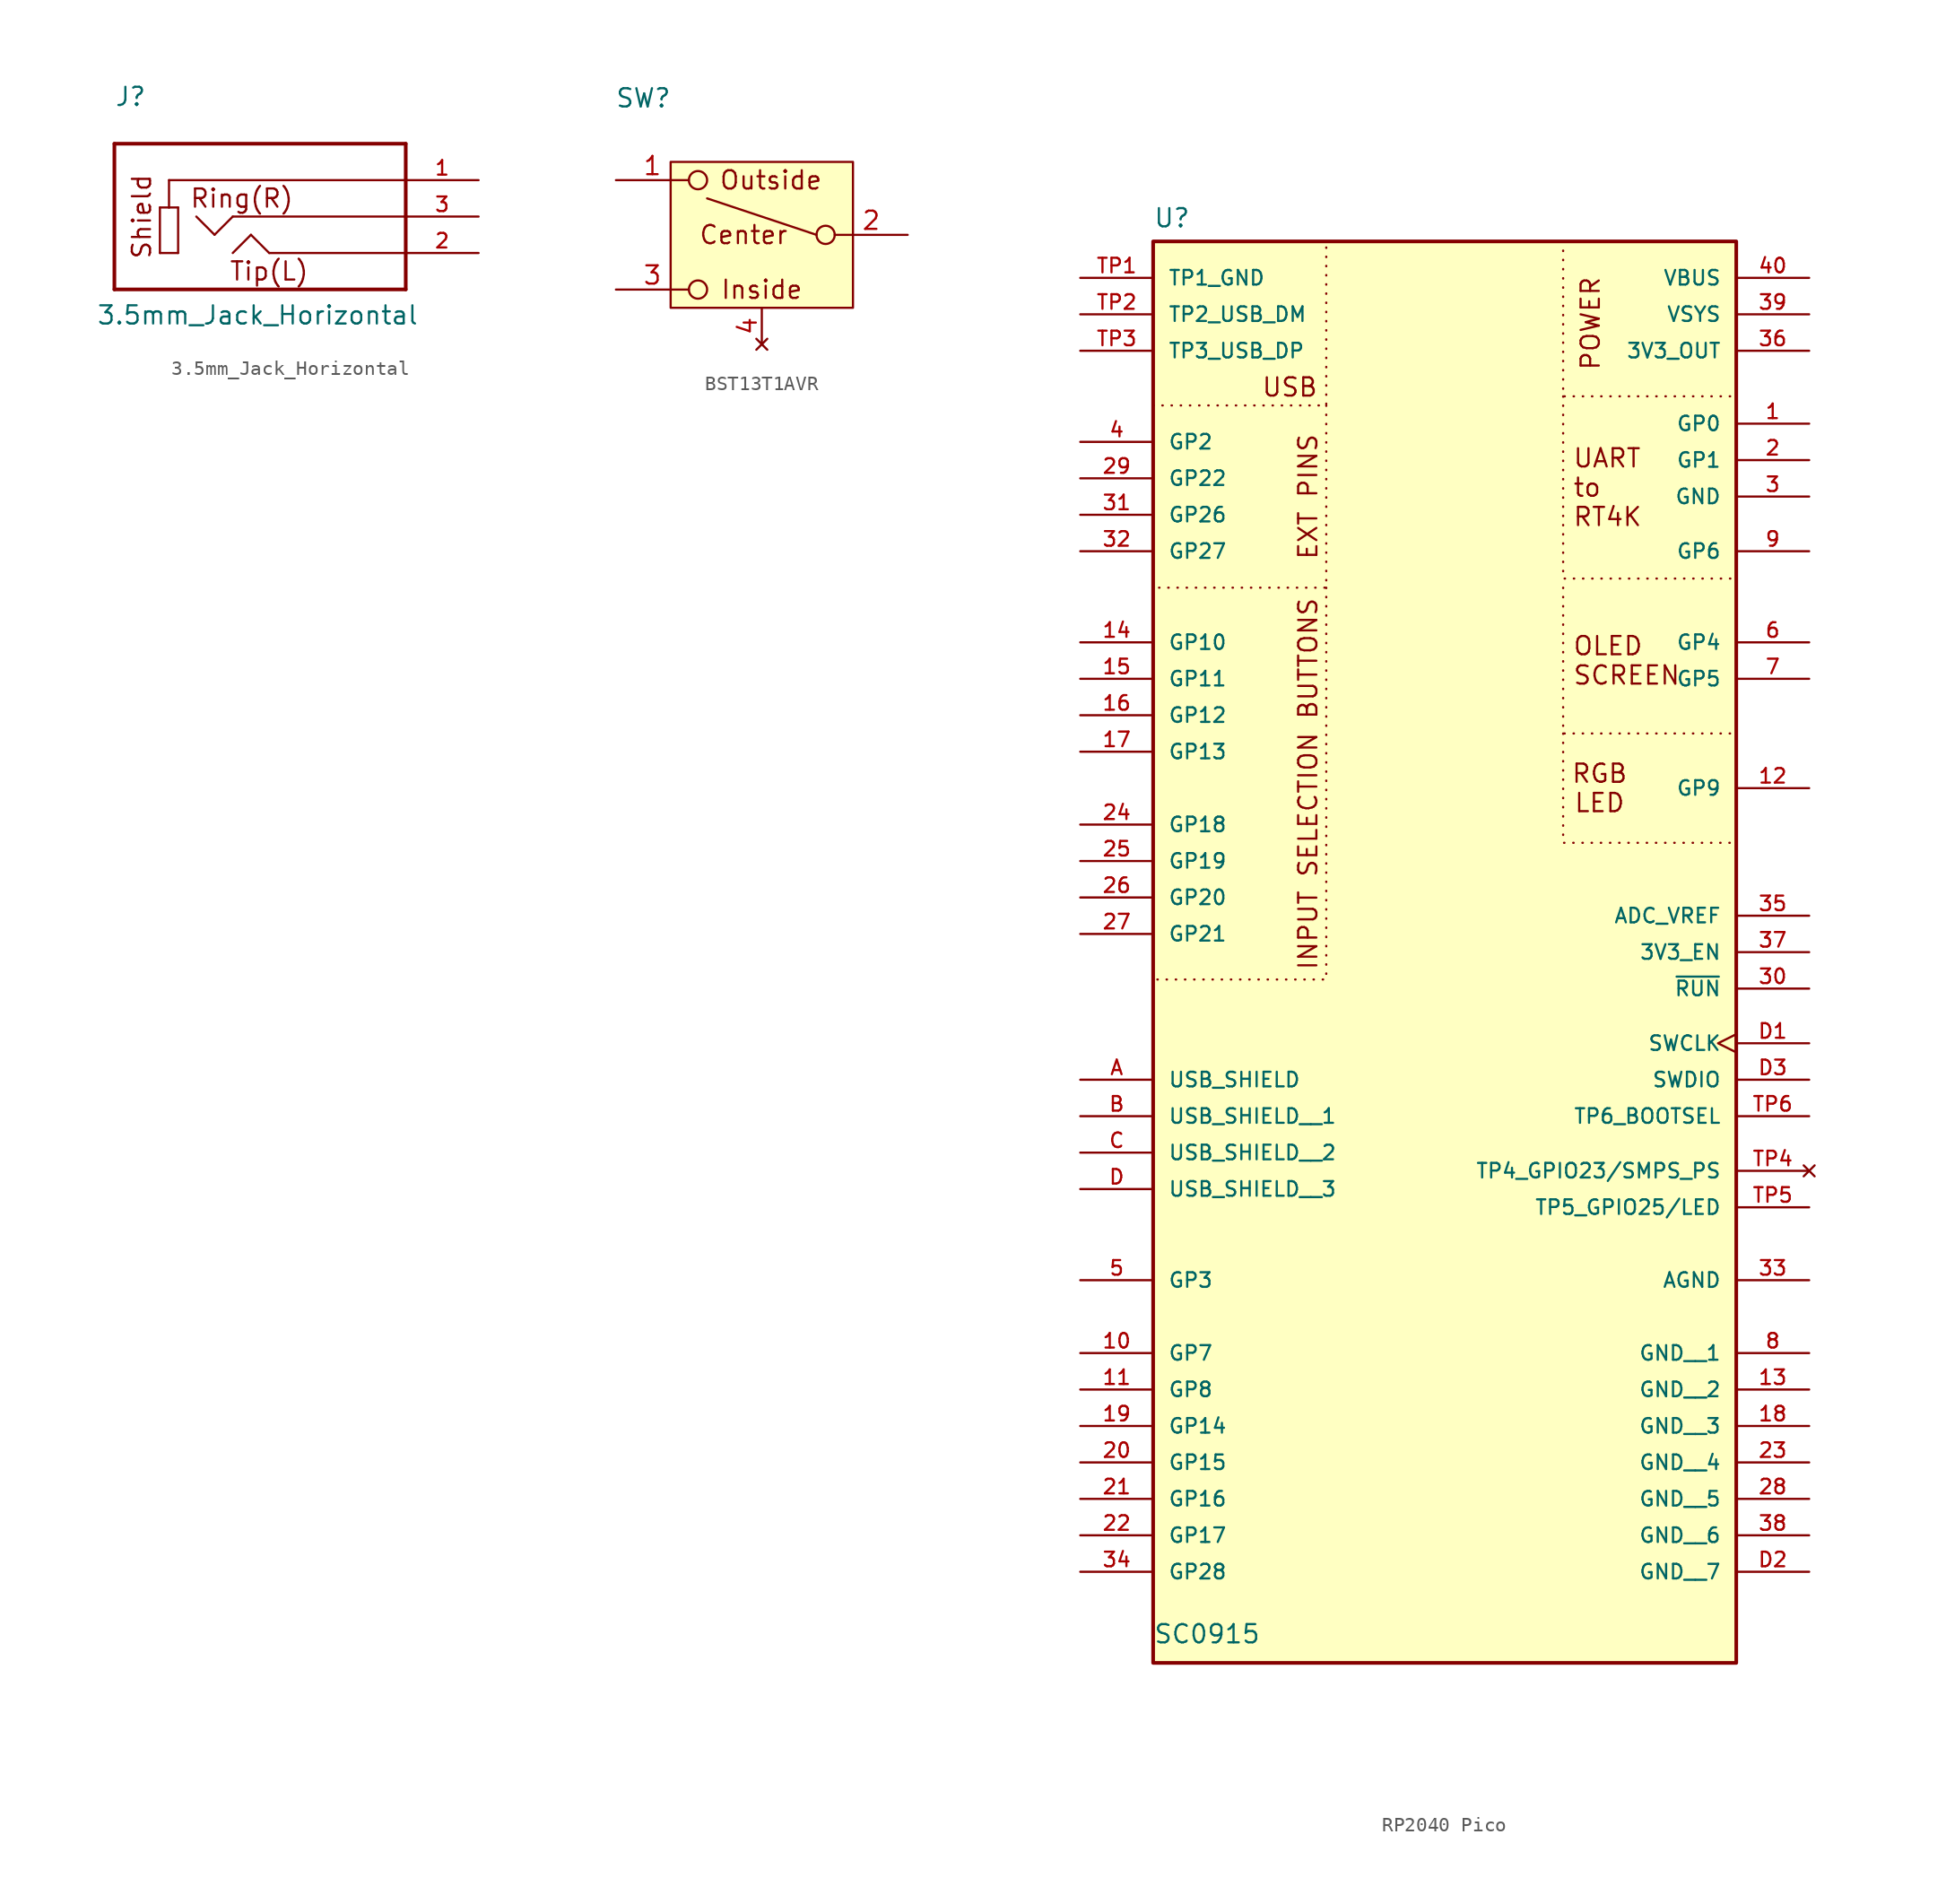
<source format=kicad_sym>
(kicad_symbol_lib
  (version 20231120)
  (generator "kicad_symbol_editor")
  (generator_version "8.0")
  (symbol "3.5mm_Jack_Horizontal"
    (pin_names
      (offset 1.016) hide)
    (property "Reference" "J"
      (at -10.16 7.62 0)
      (effects (font (size 1.27 1.27)) (justify left bottom)))
    (property "Value" "3.5mm_Jack_Horizontal"
      (at -11.43 -7.62 0)
      (effects (font (size 1.27 1.27)) (justify left bottom)))
    (symbol "3.5mm_Jack_Horizontal_0_0"
      (polyline (pts (xy -10.16 -5.08) (xy 10.16 -5.08)) (stroke (width 0.254) (type solid)) (fill (type none)))
      (polyline (pts (xy -10.16 5.08) (xy -10.16 -5.08)) (stroke (width 0.254) (type solid)) (fill (type none)))
      (polyline (pts (xy -6.985 -2.54) (xy -6.985 0.635)) (stroke (width 0.152) (type solid)) (fill (type none)))
      (polyline (pts (xy -6.985 0.635) (xy -6.35 0.635)) (stroke (width 0.152) (type solid)) (fill (type none)))
      (polyline (pts (xy -6.35 0.635) (xy -5.715 0.635)) (stroke (width 0.152) (type solid)) (fill (type none)))
      (polyline (pts (xy -6.35 2.54) (xy -6.35 0.635)) (stroke (width 0.152) (type solid)) (fill (type none)))
      (polyline (pts (xy -5.715 -2.54) (xy -6.985 -2.54)) (stroke (width 0.152) (type solid)) (fill (type none)))
      (polyline (pts (xy -5.715 0.635) (xy -5.715 -2.54)) (stroke (width 0.152) (type solid)) (fill (type none)))
      (polyline (pts (xy -3.175 -1.27) (xy -4.445 0)) (stroke (width 0.152) (type solid)) (fill (type none)))
      (polyline (pts (xy -1.905 0) (xy -3.175 -1.27)) (stroke (width 0.152) (type solid)) (fill (type none)))
      (polyline (pts (xy -0.635 -1.27) (xy -1.905 -2.54)) (stroke (width 0.152) (type solid)) (fill (type none)))
      (polyline (pts (xy 0.635 -2.54) (xy -0.635 -1.27)) (stroke (width 0.152) (type solid)) (fill (type none)))
      (polyline (pts (xy 10.16 -5.08) (xy 10.16 -2.54)) (stroke (width 0.254) (type solid)) (fill (type none)))
      (polyline (pts (xy 10.16 -2.54) (xy 0.635 -2.54)) (stroke (width 0.152) (type solid)) (fill (type none)))
      (polyline (pts (xy 10.16 -2.54) (xy 10.16 0)) (stroke (width 0.254) (type solid)) (fill (type none)))
      (polyline (pts (xy 10.16 0) (xy -1.905 0)) (stroke (width 0.152) (type solid)) (fill (type none)))
      (polyline (pts (xy 10.16 0) (xy 10.16 2.54)) (stroke (width 0.254) (type solid)) (fill (type none)))
      (polyline (pts (xy 10.16 2.54) (xy -6.35 2.54)) (stroke (width 0.152) (type solid)) (fill (type none)))
      (polyline (pts (xy 10.16 2.54) (xy 10.16 5.08)) (stroke (width 0.254) (type solid)) (fill (type none)))
      (polyline (pts (xy 10.16 5.08) (xy -10.16 5.08)) (stroke (width 0.254) (type solid)) (fill (type none)))
      (pin passive line (at 15.24 2.54 180) (length 5.08) (name "~" (effects (font (size 1.016 1.016)))) (number "1" (effects (font (size 1.016 1.016)))))
      (pin passive line (at 15.24 -2.54 180) (length 5.08) (name "~" (effects (font (size 1.016 1.016)))) (number "2" (effects (font (size 1.016 1.016)))))
      (pin passive line (at 15.24 0 180) (length 5.08) (name "~" (effects (font (size 1.016 1.016)))) (number "3" (effects (font (size 1.016 1.016))))))
    (symbol "3.5mm_Jack_Horizontal_1_1"
      (text "Ring(R)" (at -1.27 1.27 0) (effects (font (size 1.27 1.27))))
      (text "Shield" (at -8.255 0 900) (effects (font (size 1.27 1.27))))
      (text "Tip(L)" (at 0.635 -3.81 0) (effects (font (size 1.27 1.27))))))
  (symbol "BST13T1AVR"
    (pin_names hide)
    (property "Reference" "SW"
      (at -1.27 5.715 0)
      (effects (font (size 1.27 1.27))))
    (property "Value" ""
      (at 0 0 0)
      (effects (font (size 1.27 1.27))))
    (symbol "BST13T1AVR_0_1"
      (polyline (pts (xy 10.795 -3.81) (xy 3.175 -1.27)) (stroke (width 0) (type default)) (fill (type none)))
      (circle (center 2.54 -7.62) (radius 0.635) (stroke (width 0) (type default)) (fill (type none)))
      (circle (center 2.54 0) (radius 0.635) (stroke (width 0) (type default)) (fill (type none)))
      (circle (center 11.43 -3.81) (radius 0.635) (stroke (width 0) (type default)) (fill (type none))))
    (symbol "BST13T1AVR_1_0"
      (pin bidirectional line (at -3.175 0 0) (length 5.08) (name "Outside" (effects (font (size 1.27 1.27)))) (number "1" (effects (font (size 1.27 1.27)))))
      (pin bidirectional line (at 17.145 -3.81 180) (length 5.08) (name "Center" (effects (font (size 1.27 1.27)))) (number "2" (effects (font (size 1.27 1.27)))))
      (pin bidirectional line (at -3.175 -7.62 0) (length 5.08) (name "Inside" (effects (font (size 1.27 1.27)))) (number "3" (effects (font (size 1.27 1.27)))))
      (pin no_connect line (at 6.985 -11.43 90) (length 2.54) (name "Mech" (effects (font (size 1.27 1.27)))) (number "4" (effects (font (size 1.27 1.27))))))
    (symbol "BST13T1AVR_1_1"
      (rectangle (start 0.635 1.27) (end 13.335 -8.89) (stroke (width 0) (type default)) (fill (type background)))
      (text "Center" (at 5.715 -3.81 0) (effects (font (size 1.27 1.27))))
      (text "Inside" (at 6.985 -7.62 0) (effects (font (size 1.27 1.27))))
      (text "Outside" (at 7.62 0 0) (effects (font (size 1.27 1.27))))))
  (symbol "RP2040 Pico"
    (pin_names
      (offset 1.016))
    (property "Reference" "U"
      (at -20.32 44.069 0)
      (effects (font (size 1.27 1.27)) (justify left bottom)))
    (property "Value" "SC0915"
      (at -20.32 -54.61 0)
      (effects (font (size 1.27 1.27)) (justify left bottom)))
    (symbol "RP2040 Pico_0_0"
      (rectangle (start -20.32 43.18) (end 20.32 -55.88) (stroke (width 0.254) (type default)) (fill (type background)))
      (pin bidirectional line (at 25.4 30.48 180) (length 5.08) (name "GP0" (effects (font (size 1.016 1.016)))) (number "1" (effects (font (size 1.016 1.016)))))
      (pin bidirectional line (at -25.4 -34.29 0) (length 5.08) (name "GP7" (effects (font (size 1.016 1.016)))) (number "10" (effects (font (size 1.016 1.016)))))
      (pin bidirectional line (at -25.4 -36.83 0) (length 5.08) (name "GP8" (effects (font (size 1.016 1.016)))) (number "11" (effects (font (size 1.016 1.016)))))
      (pin bidirectional line (at 25.4 5.08 180) (length 5.08) (name "GP9" (effects (font (size 1.016 1.016)))) (number "12" (effects (font (size 1.016 1.016)))))
      (pin power_in line (at 25.4 -36.83 180) (length 5.08) (name "GND__2" (effects (font (size 1.016 1.016)))) (number "13" (effects (font (size 1.016 1.016)))))
      (pin bidirectional line (at -25.4 15.24 0) (length 5.08) (name "GP10" (effects (font (size 1.016 1.016)))) (number "14" (effects (font (size 1.016 1.016)))))
      (pin bidirectional line (at -25.4 12.7 0) (length 5.08) (name "GP11" (effects (font (size 1.016 1.016)))) (number "15" (effects (font (size 1.016 1.016)))))
      (pin bidirectional line (at -25.4 10.16 0) (length 5.08) (name "GP12" (effects (font (size 1.016 1.016)))) (number "16" (effects (font (size 1.016 1.016)))))
      (pin bidirectional line (at -25.4 7.62 0) (length 5.08) (name "GP13" (effects (font (size 1.016 1.016)))) (number "17" (effects (font (size 1.016 1.016)))))
      (pin power_in line (at 25.4 -39.37 180) (length 5.08) (name "GND__3" (effects (font (size 1.016 1.016)))) (number "18" (effects (font (size 1.016 1.016)))))
      (pin bidirectional line (at -25.4 -39.37 0) (length 5.08) (name "GP14" (effects (font (size 1.016 1.016)))) (number "19" (effects (font (size 1.016 1.016)))))
      (pin bidirectional line (at 25.4 27.94 180) (length 5.08) (name "GP1" (effects (font (size 1.016 1.016)))) (number "2" (effects (font (size 1.016 1.016)))))
      (pin bidirectional line (at -25.4 -41.91 0) (length 5.08) (name "GP15" (effects (font (size 1.016 1.016)))) (number "20" (effects (font (size 1.016 1.016)))))
      (pin bidirectional line (at -25.4 -44.45 0) (length 5.08) (name "GP16" (effects (font (size 1.016 1.016)))) (number "21" (effects (font (size 1.016 1.016)))))
      (pin bidirectional line (at -25.4 -46.99 0) (length 5.08) (name "GP17" (effects (font (size 1.016 1.016)))) (number "22" (effects (font (size 1.016 1.016)))))
      (pin power_in line (at 25.4 -41.91 180) (length 5.08) (name "GND__4" (effects (font (size 1.016 1.016)))) (number "23" (effects (font (size 1.016 1.016)))))
      (pin bidirectional line (at -25.4 2.54 0) (length 5.08) (name "GP18" (effects (font (size 1.016 1.016)))) (number "24" (effects (font (size 1.016 1.016)))))
      (pin bidirectional line (at -25.4 0 0) (length 5.08) (name "GP19" (effects (font (size 1.016 1.016)))) (number "25" (effects (font (size 1.016 1.016)))))
      (pin bidirectional line (at -25.4 -2.54 0) (length 5.08) (name "GP20" (effects (font (size 1.016 1.016)))) (number "26" (effects (font (size 1.016 1.016)))))
      (pin bidirectional line (at -25.4 -5.08 0) (length 5.08) (name "GP21" (effects (font (size 1.016 1.016)))) (number "27" (effects (font (size 1.016 1.016)))))
      (pin power_in line (at 25.4 -44.45 180) (length 5.08) (name "GND__5" (effects (font (size 1.016 1.016)))) (number "28" (effects (font (size 1.016 1.016)))))
      (pin bidirectional line (at -25.4 26.67 0) (length 5.08) (name "GP22" (effects (font (size 1.016 1.016)))) (number "29" (effects (font (size 1.016 1.016)))))
      (pin power_in line (at 25.4 25.4 180) (length 5.08) (name "GND" (effects (font (size 1.016 1.016)))) (number "3" (effects (font (size 1.016 1.016)))))
      (pin input line (at 25.4 -8.89 180) (length 5.08) (name "~{RUN}" (effects (font (size 1.016 1.016)))) (number "30" (effects (font (size 1.016 1.016)))))
      (pin bidirectional line (at -25.4 24.13 0) (length 5.08) (name "GP26" (effects (font (size 1.016 1.016)))) (number "31" (effects (font (size 1.016 1.016)))))
      (pin bidirectional line (at -25.4 21.59 0) (length 5.08) (name "GP27" (effects (font (size 1.016 1.016)))) (number "32" (effects (font (size 1.016 1.016)))))
      (pin power_in line (at 25.4 -29.21 180) (length 5.08) (name "AGND" (effects (font (size 1.016 1.016)))) (number "33" (effects (font (size 1.016 1.016)))))
      (pin bidirectional line (at -25.4 -49.53 0) (length 5.08) (name "GP28" (effects (font (size 1.016 1.016)))) (number "34" (effects (font (size 1.016 1.016)))))
      (pin power_in line (at 25.4 -3.81 180) (length 5.08) (name "ADC_VREF" (effects (font (size 1.016 1.016)))) (number "35" (effects (font (size 1.016 1.016)))))
      (pin power_in line (at 25.4 35.56 180) (length 5.08) (name "3V3_OUT" (effects (font (size 1.016 1.016)))) (number "36" (effects (font (size 1.016 1.016)))))
      (pin input line (at 25.4 -6.35 180) (length 5.08) (name "3V3_EN" (effects (font (size 1.016 1.016)))) (number "37" (effects (font (size 1.016 1.016)))))
      (pin power_in line (at 25.4 -46.99 180) (length 5.08) (name "GND__6" (effects (font (size 1.016 1.016)))) (number "38" (effects (font (size 1.016 1.016)))))
      (pin power_in line (at 25.4 38.1 180) (length 5.08) (name "VSYS" (effects (font (size 1.016 1.016)))) (number "39" (effects (font (size 1.016 1.016)))))
      (pin bidirectional line (at -25.4 29.21 0) (length 5.08) (name "GP2" (effects (font (size 1.016 1.016)))) (number "4" (effects (font (size 1.016 1.016)))))
      (pin power_in line (at 25.4 40.64 180) (length 5.08) (name "VBUS" (effects (font (size 1.016 1.016)))) (number "40" (effects (font (size 1.016 1.016)))))
      (pin bidirectional line (at -25.4 -29.21 0) (length 5.08) (name "GP3" (effects (font (size 1.016 1.016)))) (number "5" (effects (font (size 1.016 1.016)))))
      (pin bidirectional line (at 25.4 15.24 180) (length 5.08) (name "GP4" (effects (font (size 1.016 1.016)))) (number "6" (effects (font (size 1.016 1.016)))))
      (pin bidirectional line (at 25.4 12.7 180) (length 5.08) (name "GP5" (effects (font (size 1.016 1.016)))) (number "7" (effects (font (size 1.016 1.016)))))
      (pin power_in line (at 25.4 -34.29 180) (length 5.08) (name "GND__1" (effects (font (size 1.016 1.016)))) (number "8" (effects (font (size 1.016 1.016)))))
      (pin bidirectional line (at 25.4 21.59 180) (length 5.08) (name "GP6" (effects (font (size 1.016 1.016)))) (number "9" (effects (font (size 1.016 1.016)))))
      (pin power_in line (at -25.4 -15.24 0) (length 5.08) (name "USB_SHIELD" (effects (font (size 1.016 1.016)))) (number "A" (effects (font (size 1.016 1.016)))))
      (pin power_in line (at -25.4 -17.78 0) (length 5.08) (name "USB_SHIELD__1" (effects (font (size 1.016 1.016)))) (number "B" (effects (font (size 1.016 1.016)))))
      (pin power_in line (at -25.4 -20.32 0) (length 5.08) (name "USB_SHIELD__2" (effects (font (size 1.016 1.016)))) (number "C" (effects (font (size 1.016 1.016)))))
      (pin power_in line (at -25.4 -22.86 0) (length 5.08) (name "USB_SHIELD__3" (effects (font (size 1.016 1.016)))) (number "D" (effects (font (size 1.016 1.016)))))
      (pin input clock (at 25.4 -12.7 180) (length 5.08) (name "SWCLK" (effects (font (size 1.016 1.016)))) (number "D1" (effects (font (size 1.016 1.016)))))
      (pin power_in line (at 25.4 -49.53 180) (length 5.08) (name "GND__7" (effects (font (size 1.016 1.016)))) (number "D2" (effects (font (size 1.016 1.016)))))
      (pin bidirectional line (at 25.4 -15.24 180) (length 5.08) (name "SWDIO" (effects (font (size 1.016 1.016)))) (number "D3" (effects (font (size 1.016 1.016)))))
      (pin power_in line (at -25.4 40.64 0) (length 5.08) (name "TP1_GND" (effects (font (size 1.016 1.016)))) (number "TP1" (effects (font (size 1.016 1.016)))))
      (pin bidirectional line (at -25.4 38.1 0) (length 5.08) (name "TP2_USB_DM" (effects (font (size 1.016 1.016)))) (number "TP2" (effects (font (size 1.016 1.016)))))
      (pin bidirectional line (at -25.4 35.56 0) (length 5.08) (name "TP3_USB_DP" (effects (font (size 1.016 1.016)))) (number "TP3" (effects (font (size 1.016 1.016)))))
      (pin no_connect line (at 25.4 -21.59 180) (length 5.08) (name "TP4_GPIO23/SMPS_PS" (effects (font (size 1.016 1.016)))) (number "TP4" (effects (font (size 1.016 1.016)))))
      (pin output line (at 25.4 -24.13 180) (length 5.08) (name "TP5_GPIO25/LED" (effects (font (size 1.016 1.016)))) (number "TP5" (effects (font (size 1.016 1.016)))))
      (pin input line (at 25.4 -17.78 180) (length 5.08) (name "TP6_BOOTSEL" (effects (font (size 1.016 1.016)))) (number "TP6" (effects (font (size 1.016 1.016))))))
    (symbol "RP2040 Pico_1_1"
      (polyline (pts (xy -20.32 31.75) (xy -8.255 31.75) (xy -8.255 43.18)) (stroke (width 0) (type dot)) (fill (type none)))
      (polyline (pts (xy -8.255 19.05) (xy -8.255 -8.255) (xy -20.32 -8.255)) (stroke (width 0) (type dot)) (fill (type none)))
      (polyline (pts (xy -8.255 31.75) (xy -8.255 19.05) (xy -20.32 19.05)) (stroke (width 0) (type dot)) (fill (type none)))
      (polyline (pts (xy 8.255 8.89) (xy 8.255 1.27) (xy 20.32 1.27)) (stroke (width 0) (type dot)) (fill (type none)))
      (polyline (pts (xy 8.255 19.05) (xy 8.255 8.89) (xy 20.32 8.89)) (stroke (width 0) (type dot)) (fill (type none)))
      (polyline (pts (xy 8.255 32.385) (xy 8.255 19.685) (xy 20.32 19.685)) (stroke (width 0) (type dot)) (fill (type none)))
      (polyline (pts (xy 8.255 43.18) (xy 8.255 32.385) (xy 20.32 32.385)) (stroke (width 0) (type dot)) (fill (type none)))
      (text "EXT PINS" (at -9.525 29.845 900) (effects (font (size 1.27 1.27)) (justify right)))
      (text "INPUT SELECTION BUTTONS" (at -9.525 18.415 900) (effects (font (size 1.27 1.27)) (justify right)))
      (text "OLED\nSCREEN" (at 8.89 13.97 0) (effects (font (size 1.27 1.27)) (justify left)))
      (text "POWER" (at 10.16 37.465 900) (effects (font (size 1.27 1.27))))
      (text "RGB\nLED" (at 10.795 5.08 0) (effects (font (size 1.27 1.27))))
      (text "UART\nto\nRT4K" (at 8.89 26.035 0) (effects (font (size 1.27 1.27)) (justify left)))
      (text "USB" (at -10.795 33.02 0) (effects (font (size 1.27 1.27)))))))
</source>
